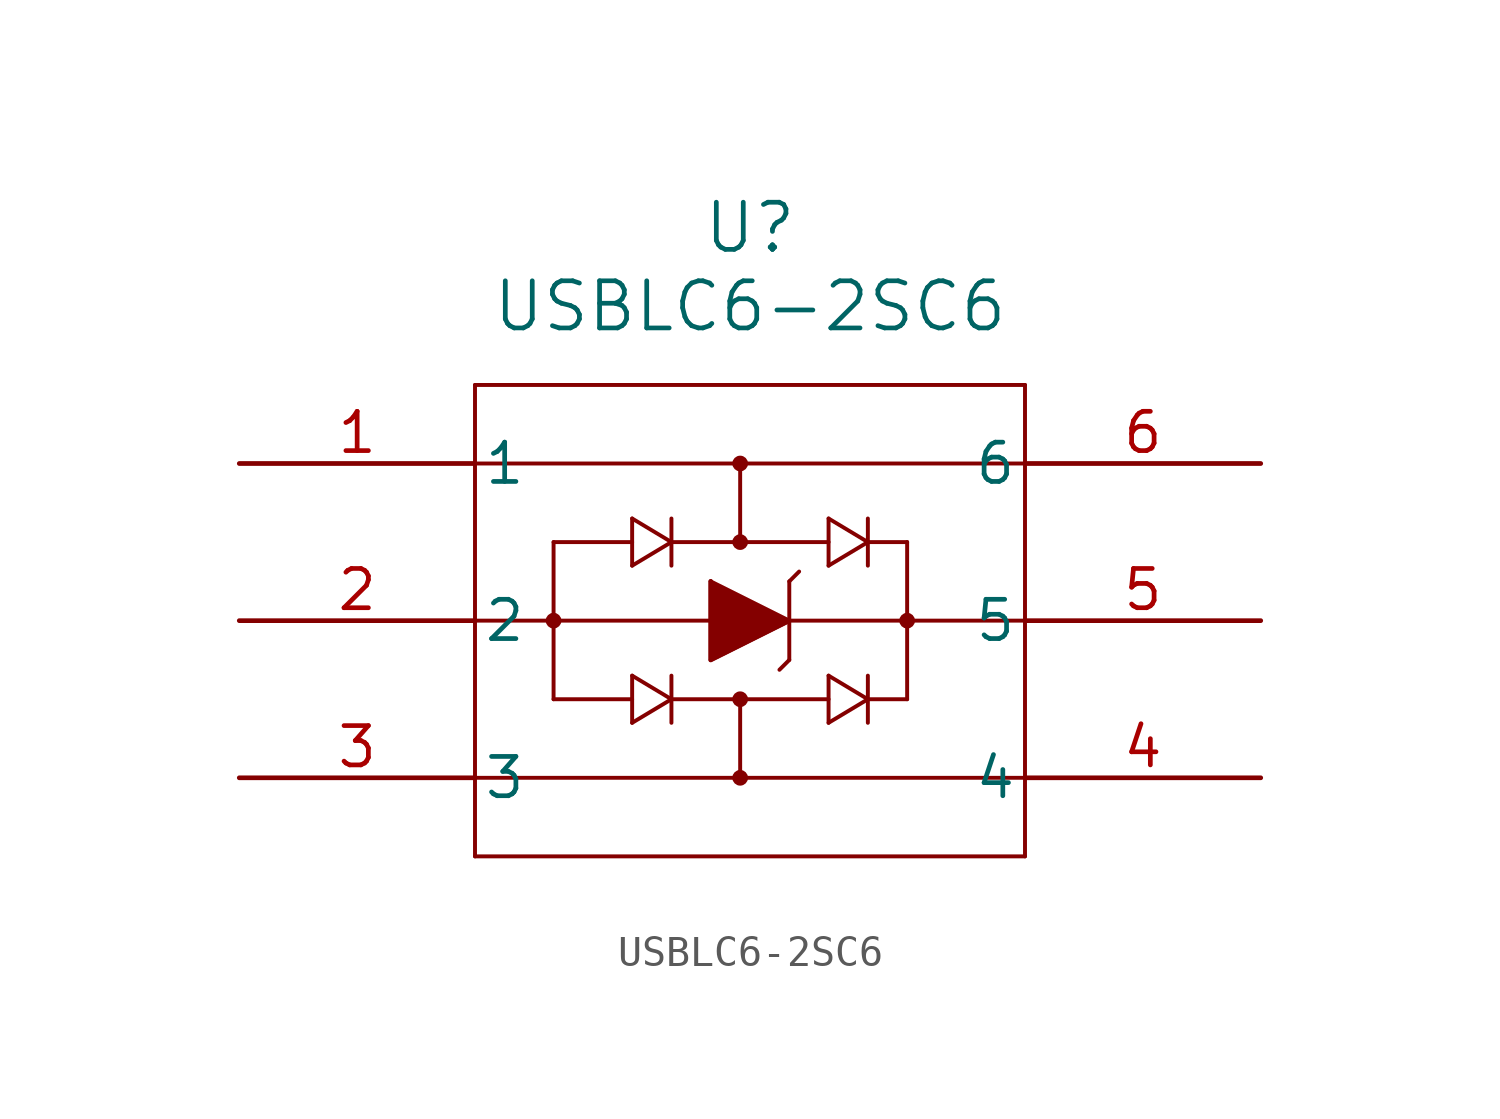
<source format=kicad_sym>
(kicad_symbol_lib
  (version 20211014)
  (generator kicad_symbol_editor)
  (symbol "USBLC6-2SC6"
    (pin_names
      (offset 0.254))
    (property "Reference" "U"
      (at 16.51 7.62 0)
      (effects (font (size 1.524 1.524))))
    (property "Value" "USBLC6-2SC6"
      (at 16.51 5.08 0)
      (effects (font (size 1.524 1.524))))
    (symbol "USBLC6-2SC6_0_1"
      (polyline (pts (xy 7.62 2.54) (xy 7.62 -12.7)) (stroke (width 0.127) (type default) (color 0 0 0 0)) (fill (type none)))
      (polyline (pts (xy 7.62 -12.7) (xy 25.4 -12.7)) (stroke (width 0.127) (type default) (color 0 0 0 0)) (fill (type none)))
      (polyline (pts (xy 25.4 -12.7) (xy 25.4 2.54)) (stroke (width 0.127) (type default) (color 0 0 0 0)) (fill (type none)))
      (polyline (pts (xy 25.4 2.54) (xy 7.62 2.54)) (stroke (width 0.127) (type default) (color 0 0 0 0)) (fill (type none)))
      (polyline (pts (xy 7.62 -5.08) (xy 25.4 -5.08)) (stroke (width 0.127) (type default) (color 0 0 0 0)) (fill (type none)))
      (polyline (pts (xy 15.24 -3.81) (xy 15.24 -6.35)) (stroke (width 0.127) (type default) (color 0 0 0 0)) (fill (type none)))
      (polyline (pts (xy 15.24 -6.35) (xy 17.78 -5.08)) (stroke (width 0.127) (type default) (color 0 0 0 0)) (fill (type none)))
      (polyline (pts (xy 17.78 -5.08) (xy 15.24 -3.81)) (stroke (width 0.127) (type default) (color 0 0 0 0)) (fill (type none)))
      (polyline (pts (xy 17.78 -3.81) (xy 17.78 -6.35)) (stroke (width 0.127) (type default) (color 0 0 0 0)) (fill (type none)))
      (polyline (pts (xy 15.24 -3.81) (xy 15.24 -6.35) (xy 17.78 -5.08)) (stroke (width 0) (type default) (color 0 0 0 0)) (fill (type outline)))
      (polyline (pts (xy 17.78 -3.81) (xy 18.098 -3.493)) (stroke (width 0.127) (type default) (color 0 0 0 0)) (fill (type none)))
      (polyline (pts (xy 17.78 -6.35) (xy 17.462 -6.668)) (stroke (width 0.127) (type default) (color 0 0 0 0)) (fill (type none)))
      (circle (center 16.192 -2.54) (radius 0.127) (stroke (width 0.254) (type default) (color 0 0 0 0)) (fill (type none)))
      (circle (center 16.192 -7.62) (radius 0.127) (stroke (width 0.254) (type default) (color 0 0 0 0)) (fill (type none)))
      (polyline (pts (xy 7.62 0) (xy 25.4 0)) (stroke (width 0.127) (type default) (color 0 0 0 0)) (fill (type none)))
      (polyline (pts (xy 7.62 -10.16) (xy 25.4 -10.16)) (stroke (width 0.127) (type default) (color 0 0 0 0)) (fill (type none)))
      (polyline (pts (xy 13.97 -2.54) (xy 19.05 -2.54)) (stroke (width 0.127) (type default) (color 0 0 0 0)) (fill (type none)))
      (polyline (pts (xy 10.16 -2.54) (xy 10.16 -7.62)) (stroke (width 0.127) (type default) (color 0 0 0 0)) (fill (type none)))
      (polyline (pts (xy 21.59 -7.62) (xy 21.59 -2.54)) (stroke (width 0.127) (type default) (color 0 0 0 0)) (fill (type none)))
      (polyline (pts (xy 16.192 -2.54) (xy 16.192 0)) (stroke (width 0.127) (type default) (color 0 0 0 0)) (fill (type none)))
      (polyline (pts (xy 12.7 -2.54) (xy 10.16 -2.54)) (stroke (width 0.127) (type default) (color 0 0 0 0)) (fill (type none)))
      (polyline (pts (xy 12.7 -1.778) (xy 12.7 -3.302)) (stroke (width 0.127) (type default) (color 0 0 0 0)) (fill (type none)))
      (polyline (pts (xy 12.7 -3.302) (xy 13.97 -2.54)) (stroke (width 0.127) (type default) (color 0 0 0 0)) (fill (type none)))
      (polyline (pts (xy 13.97 -2.54) (xy 12.7 -1.778)) (stroke (width 0.127) (type default) (color 0 0 0 0)) (fill (type none)))
      (polyline (pts (xy 13.97 -1.778) (xy 13.97 -3.302)) (stroke (width 0.127) (type default) (color 0 0 0 0)) (fill (type none)))
      (polyline (pts (xy 16.192 -7.62) (xy 16.192 -10.16)) (stroke (width 0.127) (type default) (color 0 0 0 0)) (fill (type none)))
      (circle (center 16.192 0) (radius 0.127) (stroke (width 0.254) (type default) (color 0 0 0 0)) (fill (type none)))
      (circle (center 16.192 -10.16) (radius 0.127) (stroke (width 0.254) (type default) (color 0 0 0 0)) (fill (type none)))
      (circle (center 21.59 -5.08) (radius 0.127) (stroke (width 0.254) (type default) (color 0 0 0 0)) (fill (type none)))
      (polyline (pts (xy 19.05 -3.302) (xy 19.05 -1.778)) (stroke (width 0.127) (type default) (color 0 0 0 0)) (fill (type none)))
      (polyline (pts (xy 19.05 -1.778) (xy 20.32 -2.54)) (stroke (width 0.127) (type default) (color 0 0 0 0)) (fill (type none)))
      (polyline (pts (xy 20.32 -2.54) (xy 19.05 -3.302)) (stroke (width 0.127) (type default) (color 0 0 0 0)) (fill (type none)))
      (polyline (pts (xy 20.32 -3.302) (xy 20.32 -1.778)) (stroke (width 0.127) (type default) (color 0 0 0 0)) (fill (type none)))
      (polyline (pts (xy 20.32 -2.54) (xy 21.59 -2.54)) (stroke (width 0.127) (type default) (color 0 0 0 0)) (fill (type none)))
      (polyline (pts (xy 10.16 -7.62) (xy 12.7 -7.62)) (stroke (width 0.127) (type default) (color 0 0 0 0)) (fill (type none)))
      (polyline (pts (xy 13.97 -7.62) (xy 19.05 -7.62)) (stroke (width 0.127) (type default) (color 0 0 0 0)) (fill (type none)))
      (polyline (pts (xy 12.7 -6.858) (xy 12.7 -8.382)) (stroke (width 0.127) (type default) (color 0 0 0 0)) (fill (type none)))
      (polyline (pts (xy 12.7 -8.382) (xy 13.97 -7.62)) (stroke (width 0.127) (type default) (color 0 0 0 0)) (fill (type none)))
      (polyline (pts (xy 13.97 -7.62) (xy 12.7 -6.858)) (stroke (width 0.127) (type default) (color 0 0 0 0)) (fill (type none)))
      (polyline (pts (xy 13.97 -6.858) (xy 13.97 -8.382)) (stroke (width 0.127) (type default) (color 0 0 0 0)) (fill (type none)))
      (polyline (pts (xy 19.05 -8.382) (xy 19.05 -6.858)) (stroke (width 0.127) (type default) (color 0 0 0 0)) (fill (type none)))
      (polyline (pts (xy 19.05 -6.858) (xy 20.32 -7.62)) (stroke (width 0.127) (type default) (color 0 0 0 0)) (fill (type none)))
      (polyline (pts (xy 20.32 -7.62) (xy 19.05 -8.382)) (stroke (width 0.127) (type default) (color 0 0 0 0)) (fill (type none)))
      (polyline (pts (xy 20.32 -8.382) (xy 20.32 -6.858)) (stroke (width 0.127) (type default) (color 0 0 0 0)) (fill (type none)))
      (polyline (pts (xy 20.32 -7.62) (xy 21.59 -7.62)) (stroke (width 0.127) (type default) (color 0 0 0 0)) (fill (type none)))
      (circle (center 10.16 -5.08) (radius 0.127) (stroke (width 0.254) (type default) (color 0 0 0 0)) (fill (type none)))
      (pin unspecified line (at 0 0 0) (length 7.62) (name "1" (effects (font (size 1.27 1.27)))) (number "1" (effects (font (size 1.27 1.27)))))
      (pin unspecified line (at 0 -5.08 0) (length 7.62) (name "2" (effects (font (size 1.27 1.27)))) (number "2" (effects (font (size 1.27 1.27)))))
      (pin unspecified line (at 0 -10.16 0) (length 7.62) (name "3" (effects (font (size 1.27 1.27)))) (number "3" (effects (font (size 1.27 1.27)))))
      (pin unspecified line (at 33.02 -10.16 180) (length 7.62) (name "4" (effects (font (size 1.27 1.27)))) (number "4" (effects (font (size 1.27 1.27)))))
      (pin unspecified line (at 33.02 -5.08 180) (length 7.62) (name "5" (effects (font (size 1.27 1.27)))) (number "5" (effects (font (size 1.27 1.27)))))
      (pin unspecified line (at 33.02 0 180) (length 7.62) (name "6" (effects (font (size 1.27 1.27)))) (number "6" (effects (font (size 1.27 1.27))))))))
</source>
